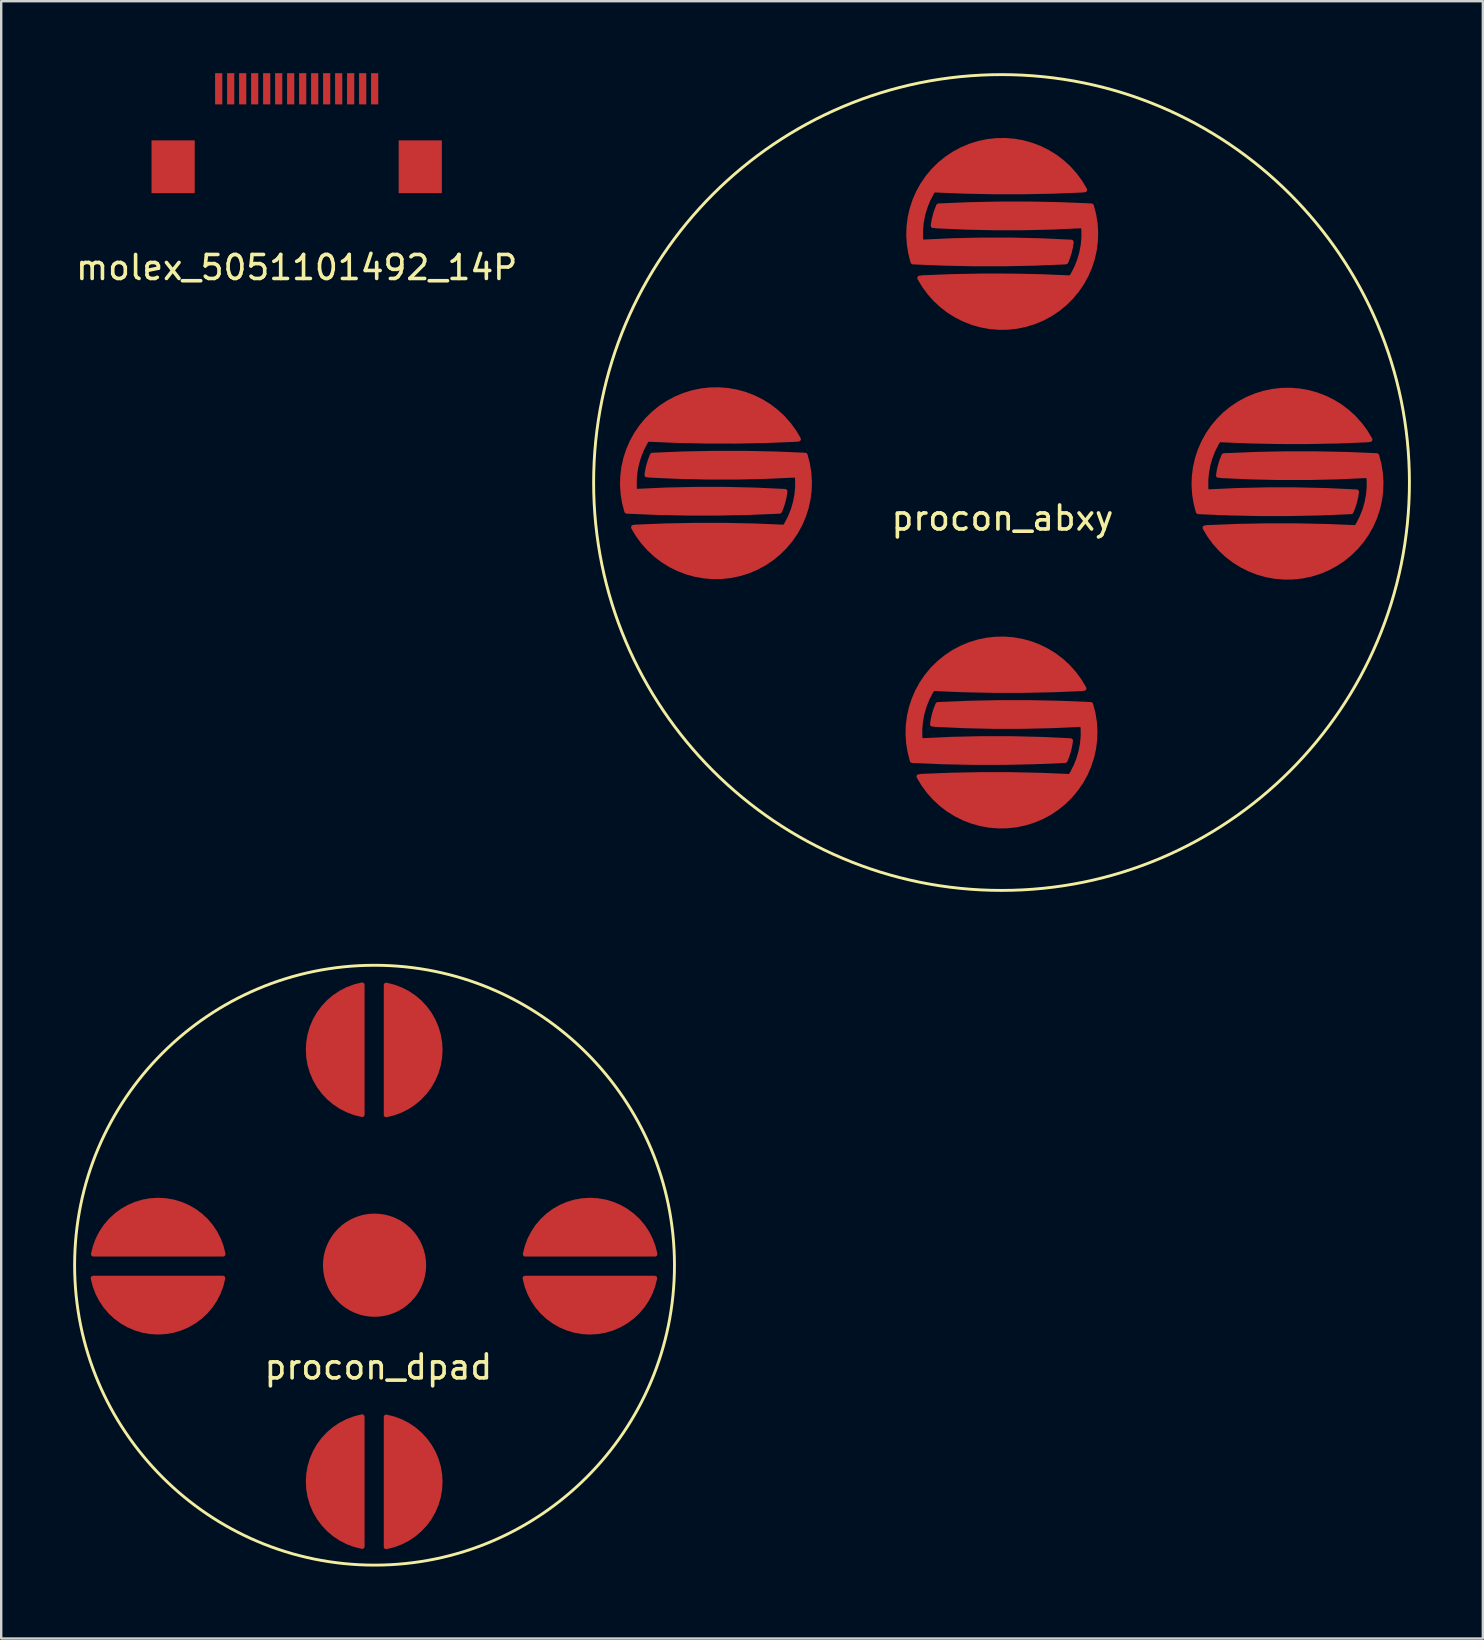
<source format=kicad_pcb>
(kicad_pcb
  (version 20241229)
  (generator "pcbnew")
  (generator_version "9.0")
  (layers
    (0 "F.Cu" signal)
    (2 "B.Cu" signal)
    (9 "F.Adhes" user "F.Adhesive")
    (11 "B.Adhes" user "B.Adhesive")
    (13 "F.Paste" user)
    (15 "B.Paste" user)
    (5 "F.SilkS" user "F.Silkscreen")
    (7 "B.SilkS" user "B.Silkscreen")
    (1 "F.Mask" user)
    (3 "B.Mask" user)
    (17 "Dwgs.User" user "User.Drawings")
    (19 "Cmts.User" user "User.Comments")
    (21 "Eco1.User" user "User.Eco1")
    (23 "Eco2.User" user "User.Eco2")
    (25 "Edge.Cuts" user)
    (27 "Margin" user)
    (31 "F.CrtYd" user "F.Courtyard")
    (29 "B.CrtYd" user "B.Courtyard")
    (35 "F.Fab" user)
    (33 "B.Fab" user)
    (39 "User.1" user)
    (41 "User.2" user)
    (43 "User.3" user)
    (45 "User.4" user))
  (footprint "procon_abxy"
    (layer "F.Cu")
    (at 38.691 17.06)
    (property "Reference" "procon_abxy" (at 0.04 1.48 0) (layer "F.SilkS") (effects (font (size 1 1) (thickness 0.15))))
    (attr smd exclude_from_pos_files exclude_from_bom)
    (fp_circle (center 0 0) (end 17 0) (stroke (width 0.12) (type solid)) (fill no) (layer "F.SilkS"))
    (pad "" smd circle (at -11.91 0.02) (size 8 8) (layers "F.Mask"))
    (pad "" smd circle (at 0.01 10.45) (size 8 8) (layers "F.Mask"))
    (pad "" smd circle (at 0.03 -10.36) (size 8 8) (layers "F.Mask"))
    (pad "" smd circle (at 11.93 0.04) (size 8 8) (layers "F.Mask"))
    (pad "A1" smd custom (at 11.79 -2.7 90) (size 1.524 1.524) (layers "F.Cu" "F.Mask" "F.Paste") (options (anchor circle)) (primitives (gr_arc (start -0.922404 3.500009) (mid -0.999506 0.3815) (end -0.918734 -2.736916) (width 0.2)) (gr_arc (start -3.088552 -3.254467) (mid -1.962877 -3.17939) (end -0.923738 -2.740106) (width 0.2)) (gr_arc (start -3.920226 2.752478) (mid -4.001145 -0.419724) (end -3.9187 -3.591887) (width 0.2)) (gr_arc (start -3.08652 -3.209513) (mid -2.998257 -0.100476) (end -3.089109 3.008487) (width 0.2)) (gr_arc (start -3.091754 3.008173) (mid -3.513627 2.925856) (end -3.9187 2.782087) (width 0.2)) (gr_poly (pts (xy -3.91 2.75) (xy -3.16 2.99) (xy -3.05 1.75) (xy -3.05 0) (xy -3.08 -2.22) (xy -3.1 -3.24) (xy -2.65 -3.28) (xy -1.91 -3.2) (xy -1.2 -2.93) (xy -0.94 -2.75) (xy -0.96 -2.14) (xy -1 -0.39) (xy -0.96 0.97) (xy -0.92 2.77) (xy -0.94 3.42) (xy -0.84 3.5) (xy 0.08 2.89) (xy 0.63 1.99) (xy 0.91 1.46) (xy 1.08 0.65) (xy 1.12 -0.17) (xy 0.79 -1.57) (xy 0.24 -2.28) (xy -0.45 -3.04) (xy -1.45 -3.55) (xy -2.36 -3.75) (xy -3.18 -3.77) (xy -3.77 -3.61) (xy -3.93 -3.61) (xy -3.95 -1.06)) (width 0.1) (fill yes)) (gr_arc (start -3.914194 -3.593301) (mid 0.848112 -1.378782) (end -0.912727 3.569258) (width 0.2))))
    (pad "A2" smd custom (at 11.87 2.82 90) (size 1.524 1.524) (layers "F.Cu" "F.Mask" "F.Paste") (options (anchor circle)) (primitives (gr_arc (start 3.94255 -2.57544) (mid 4.023469 0.596762) (end 3.941024 3.768925) (width 0.2)) (gr_arc (start 3.110877 3.431506) (mid 1.982315 3.355743) (end 0.941058 2.913955) (width 0.2)) (gr_poly (pts (xy 0.91 -3.32) (xy -0.03 -2.65) (xy -0.72 -1.6) (xy -1.12 -0.13) (xy -0.91 1.28) (xy -0.41 2.31) (xy 0.26 2.98) (xy 0.9 3.45) (xy 2.21 3.91) (xy 3.04 3.93) (xy 3.93 3.78) (xy 4 2.3) (xy 4.03 0.72) (xy 4 -0.9) (xy 3.96 -2.16) (xy 3.92 -2.56) (xy 3.18 -2.81) (xy 3.12 -2.29) (xy 3.07 -0.02) (xy 3.07 1.79) (xy 3.12 3.37) (xy 2.53 3.45) (xy 1.84 3.38) (xy 1.07 3.06) (xy 0.9 2.94) (xy 0.93 1.74) (xy 0.98 0.36) (xy 0.98 -0.69) (xy 0.96 -1.6)) (width 0.1) (fill yes)) (gr_arc (start 3.114078 -2.831135) (mid 3.535953 -2.748823) (end 3.941028 -2.605057) (width 0.2)) (gr_arc (start 3.936518 3.770339) (mid -0.825788 1.55582) (end 0.935051 -3.39222) (width 0.2)) (gr_arc (start 3.108844 3.38655) (mid 3.020582 0.324645) (end 3.10605 -2.737339) (width 0.2)) (gr_arc (start 0.944728 -3.32297) (mid 1.02183 -0.204461) (end 0.941058 2.913955) (width 0.2))))
    (pad "B1" smd custom (at -0.13 7.67 90) (size 1.524 1.524) (layers "F.Cu" "F.Mask" "F.Paste") (options (anchor circle)) (primitives (gr_arc (start -0.922404 3.500009) (mid -0.999506 0.3815) (end -0.918734 -2.736916) (width 0.2)) (gr_arc (start -3.088552 -3.254467) (mid -1.962877 -3.17939) (end -0.923738 -2.740106) (width 0.2)) (gr_arc (start -3.920226 2.752478) (mid -4.001145 -0.419724) (end -3.9187 -3.591887) (width 0.2)) (gr_arc (start -3.08652 -3.209513) (mid -2.998257 -0.100476) (end -3.089109 3.008487) (width 0.2)) (gr_arc (start -3.091754 3.008173) (mid -3.513627 2.925856) (end -3.9187 2.782087) (width 0.2)) (gr_poly (pts (xy -3.91 2.75) (xy -3.16 2.99) (xy -3.05 1.75) (xy -3.05 0) (xy -3.08 -2.22) (xy -3.1 -3.24) (xy -2.65 -3.28) (xy -1.91 -3.2) (xy -1.2 -2.93) (xy -0.94 -2.75) (xy -0.96 -2.14) (xy -1 -0.39) (xy -0.96 0.97) (xy -0.92 2.77) (xy -0.94 3.42) (xy -0.84 3.5) (xy 0.08 2.89) (xy 0.63 1.99) (xy 0.91 1.46) (xy 1.08 0.65) (xy 1.12 -0.17) (xy 0.79 -1.57) (xy 0.24 -2.28) (xy -0.45 -3.04) (xy -1.45 -3.55) (xy -2.36 -3.75) (xy -3.18 -3.77) (xy -3.77 -3.61) (xy -3.93 -3.61) (xy -3.95 -1.06)) (width 0.1) (fill yes)) (gr_arc (start -3.914194 -3.593301) (mid 0.848112 -1.378782) (end -0.912727 3.569258) (width 0.2))))
    (pad "B2" smd custom (at -0.05 13.19 90) (size 1.524 1.524) (layers "F.Cu" "F.Mask" "F.Paste") (options (anchor circle)) (primitives (gr_arc (start 3.94255 -2.57544) (mid 4.023469 0.596762) (end 3.941024 3.768925) (width 0.2)) (gr_arc (start 3.110877 3.431506) (mid 1.982315 3.355743) (end 0.941058 2.913955) (width 0.2)) (gr_poly (pts (xy 0.91 -3.32) (xy -0.03 -2.65) (xy -0.72 -1.6) (xy -1.12 -0.13) (xy -0.91 1.28) (xy -0.41 2.31) (xy 0.26 2.98) (xy 0.9 3.45) (xy 2.21 3.91) (xy 3.04 3.93) (xy 3.93 3.78) (xy 4 2.3) (xy 4.03 0.72) (xy 4 -0.9) (xy 3.96 -2.16) (xy 3.92 -2.56) (xy 3.18 -2.81) (xy 3.12 -2.29) (xy 3.07 -0.02) (xy 3.07 1.79) (xy 3.12 3.37) (xy 2.53 3.45) (xy 1.84 3.38) (xy 1.07 3.06) (xy 0.9 2.94) (xy 0.93 1.74) (xy 0.98 0.36) (xy 0.98 -0.69) (xy 0.96 -1.6)) (width 0.1) (fill yes)) (gr_arc (start 3.114078 -2.831135) (mid 3.535953 -2.748823) (end 3.941028 -2.605057) (width 0.2)) (gr_arc (start 3.936518 3.770339) (mid -0.825788 1.55582) (end 0.935051 -3.39222) (width 0.2)) (gr_arc (start 3.108844 3.38655) (mid 3.020582 0.324645) (end 3.10605 -2.737339) (width 0.2)) (gr_arc (start 0.944728 -3.32297) (mid 1.02183 -0.204461) (end 0.941058 2.913955) (width 0.2))))
    (pad "X1" smd custom (at -0.1 -13.11 90) (size 1.524 1.524) (layers "F.Cu" "F.Mask" "F.Paste") (options (anchor circle)) (primitives (gr_arc (start -0.922404 3.500009) (mid -0.999506 0.3815) (end -0.918734 -2.736916) (width 0.2)) (gr_arc (start -3.088552 -3.254467) (mid -1.962877 -3.17939) (end -0.923738 -2.740106) (width 0.2)) (gr_arc (start -3.920226 2.752478) (mid -4.001145 -0.419724) (end -3.9187 -3.591887) (width 0.2)) (gr_arc (start -3.08652 -3.209513) (mid -2.998257 -0.100476) (end -3.089109 3.008487) (width 0.2)) (gr_arc (start -3.091754 3.008173) (mid -3.513627 2.925856) (end -3.9187 2.782087) (width 0.2)) (gr_poly (pts (xy -3.91 2.75) (xy -3.16 2.99) (xy -3.05 1.75) (xy -3.05 0) (xy -3.08 -2.22) (xy -3.1 -3.24) (xy -2.65 -3.28) (xy -1.91 -3.2) (xy -1.2 -2.93) (xy -0.94 -2.75) (xy -0.96 -2.14) (xy -1 -0.39) (xy -0.96 0.97) (xy -0.92 2.77) (xy -0.94 3.42) (xy -0.84 3.5) (xy 0.08 2.89) (xy 0.63 1.99) (xy 0.91 1.46) (xy 1.08 0.65) (xy 1.12 -0.17) (xy 0.79 -1.57) (xy 0.24 -2.28) (xy -0.45 -3.04) (xy -1.45 -3.55) (xy -2.36 -3.75) (xy -3.18 -3.77) (xy -3.77 -3.61) (xy -3.93 -3.61) (xy -3.95 -1.06)) (width 0.1) (fill yes)) (gr_arc (start -3.914194 -3.593301) (mid 0.848112 -1.378782) (end -0.912727 3.569258) (width 0.2))))
    (pad "X2" smd custom (at -0.02 -7.59 90) (size 1.524 1.524) (layers "F.Cu" "F.Mask" "F.Paste") (options (anchor circle)) (primitives (gr_arc (start 3.94255 -2.57544) (mid 4.023469 0.596762) (end 3.941024 3.768925) (width 0.2)) (gr_arc (start 3.110877 3.431506) (mid 1.982315 3.355743) (end 0.941058 2.913955) (width 0.2)) (gr_poly (pts (xy 0.91 -3.32) (xy -0.03 -2.65) (xy -0.72 -1.6) (xy -1.12 -0.13) (xy -0.91 1.28) (xy -0.41 2.31) (xy 0.26 2.98) (xy 0.9 3.45) (xy 2.21 3.91) (xy 3.04 3.93) (xy 3.93 3.78) (xy 4 2.3) (xy 4.03 0.72) (xy 4 -0.9) (xy 3.96 -2.16) (xy 3.92 -2.56) (xy 3.18 -2.81) (xy 3.12 -2.29) (xy 3.07 -0.02) (xy 3.07 1.79) (xy 3.12 3.37) (xy 2.53 3.45) (xy 1.84 3.38) (xy 1.07 3.06) (xy 0.9 2.94) (xy 0.93 1.74) (xy 0.98 0.36) (xy 0.98 -0.69) (xy 0.96 -1.6)) (width 0.1) (fill yes)) (gr_arc (start 3.114078 -2.831135) (mid 3.535953 -2.748823) (end 3.941028 -2.605057) (width 0.2)) (gr_arc (start 3.936518 3.770339) (mid -0.825788 1.55582) (end 0.935051 -3.39222) (width 0.2)) (gr_arc (start 3.108844 3.38655) (mid 3.020582 0.324645) (end 3.10605 -2.737339) (width 0.2)) (gr_arc (start 0.944728 -3.32297) (mid 1.02183 -0.204461) (end 0.941058 2.913955) (width 0.2))))
    (pad "Y1" smd custom (at -12.03 -2.72 90) (size 1.524 1.524) (layers "F.Cu" "F.Mask" "F.Paste") (options (anchor circle)) (primitives (gr_arc (start -0.922404 3.500009) (mid -0.999506 0.3815) (end -0.918734 -2.736916) (width 0.2)) (gr_arc (start -3.088552 -3.254467) (mid -1.962877 -3.17939) (end -0.923738 -2.740106) (width 0.2)) (gr_arc (start -3.920226 2.752478) (mid -4.001145 -0.419724) (end -3.9187 -3.591887) (width 0.2)) (gr_arc (start -3.08652 -3.209513) (mid -2.998257 -0.100476) (end -3.089109 3.008487) (width 0.2)) (gr_arc (start -3.091754 3.008173) (mid -3.513627 2.925856) (end -3.9187 2.782087) (width 0.2)) (gr_poly (pts (xy -3.91 2.75) (xy -3.16 2.99) (xy -3.05 1.75) (xy -3.05 0) (xy -3.08 -2.22) (xy -3.1 -3.24) (xy -2.65 -3.28) (xy -1.91 -3.2) (xy -1.2 -2.93) (xy -0.94 -2.75) (xy -0.96 -2.14) (xy -1 -0.39) (xy -0.96 0.97) (xy -0.92 2.77) (xy -0.94 3.42) (xy -0.84 3.5) (xy 0.08 2.89) (xy 0.63 1.99) (xy 0.91 1.46) (xy 1.08 0.65) (xy 1.12 -0.17) (xy 0.79 -1.57) (xy 0.24 -2.28) (xy -0.45 -3.04) (xy -1.45 -3.55) (xy -2.36 -3.75) (xy -3.18 -3.77) (xy -3.77 -3.61) (xy -3.93 -3.61) (xy -3.95 -1.06)) (width 0.1) (fill yes)) (gr_arc (start -3.914194 -3.593301) (mid 0.848112 -1.378782) (end -0.912727 3.569258) (width 0.2))))
    (pad "Y2" smd custom (at -11.95 2.8 90) (size 1.524 1.524) (layers "F.Cu" "F.Mask" "F.Paste") (options (anchor circle)) (primitives (gr_arc (start 3.94255 -2.57544) (mid 4.023469 0.596762) (end 3.941024 3.768925) (width 0.2)) (gr_arc (start 3.110877 3.431506) (mid 1.982315 3.355743) (end 0.941058 2.913955) (width 0.2)) (gr_poly (pts (xy 0.91 -3.32) (xy -0.03 -2.65) (xy -0.72 -1.6) (xy -1.12 -0.13) (xy -0.91 1.28) (xy -0.41 2.31) (xy 0.26 2.98) (xy 0.9 3.45) (xy 2.21 3.91) (xy 3.04 3.93) (xy 3.93 3.78) (xy 4 2.3) (xy 4.03 0.72) (xy 4 -0.9) (xy 3.96 -2.16) (xy 3.92 -2.56) (xy 3.18 -2.81) (xy 3.12 -2.29) (xy 3.07 -0.02) (xy 3.07 1.79) (xy 3.12 3.37) (xy 2.53 3.45) (xy 1.84 3.38) (xy 1.07 3.06) (xy 0.9 2.94) (xy 0.93 1.74) (xy 0.98 0.36) (xy 0.98 -0.69) (xy 0.96 -1.6)) (width 0.1) (fill yes)) (gr_arc (start 3.114078 -2.831135) (mid 3.535953 -2.748823) (end 3.941028 -2.605057) (width 0.2)) (gr_arc (start 3.936518 3.770339) (mid -0.825788 1.55582) (end 0.935051 -3.39222) (width 0.2)) (gr_arc (start 3.108844 3.38655) (mid 3.020582 0.324645) (end 3.10605 -2.737339) (width 0.2)) (gr_arc (start 0.944728 -3.32297) (mid 1.02183 -0.204461) (end 0.941058 2.913955) (width 0.2)))))
  (footprint "molex_5051101492_14P"
    (layer "F.Cu")
    (at 9.315 3.9)
    (property "Reference" "molex_5051101492_14P" (at 0 4.2 0) (layer "F.SilkS") (effects (font (size 1 1) (thickness 0.15))))
    (attr smd allow_soldermask_bridges)
    (pad "1" smd rect (at -3.25 -3.25) (size 0.3 1.3) (layers "F.Cu" "F.Mask" "F.Paste"))
    (pad "2" smd rect (at -2.75 -3.25) (size 0.3 1.3) (layers "F.Cu" "F.Mask" "F.Paste"))
    (pad "3" smd rect (at -2.25 -3.25) (size 0.3 1.3) (layers "F.Cu" "F.Mask" "F.Paste"))
    (pad "4" smd rect (at -1.75 -3.25) (size 0.3 1.3) (layers "F.Cu" "F.Mask" "F.Paste"))
    (pad "5" smd rect (at -1.25 -3.25) (size 0.3 1.3) (layers "F.Cu" "F.Mask" "F.Paste"))
    (pad "6" smd rect (at -0.75 -3.25) (size 0.3 1.3) (layers "F.Cu" "F.Mask" "F.Paste"))
    (pad "7" smd rect (at -0.25 -3.25) (size 0.3 1.3) (layers "F.Cu" "F.Mask" "F.Paste"))
    (pad "8" smd rect (at 0.25 -3.25) (size 0.3 1.3) (layers "F.Cu" "F.Mask" "F.Paste"))
    (pad "9" smd rect (at 0.75 -3.25) (size 0.3 1.3) (layers "F.Cu" "F.Mask" "F.Paste"))
    (pad "10" smd rect (at 1.25 -3.25) (size 0.3 1.3) (layers "F.Cu" "F.Mask" "F.Paste"))
    (pad "11" smd rect (at 1.75 -3.25) (size 0.3 1.3) (layers "F.Cu" "F.Mask" "F.Paste"))
    (pad "12" smd rect (at 2.25 -3.25) (size 0.3 1.3) (layers "F.Cu" "F.Mask" "F.Paste"))
    (pad "13" smd rect (at 2.75 -3.25) (size 0.3 1.3) (layers "F.Cu" "F.Mask" "F.Paste"))
    (pad "14" smd rect (at 3.25 -3.25) (size 0.3 1.3) (layers "F.Cu" "F.Mask" "F.Paste"))
    (pad "S1" smd rect (at -5.15 0) (size 1.8 2.2) (layers "F.Cu" "F.Mask" "F.Paste"))
    (pad "S1" smd rect (at 5.15 0) (size 1.8 2.2) (layers "F.Cu" "F.Mask" "F.Paste")))
  (footprint "procon_dpad"
    (layer "F.Cu")
    (at 12.56 49.68)
    (property "Reference" "procon_dpad" (at 0.16 4.24 0) (layer "F.SilkS") (effects (font (size 1 1) (thickness 0.15))))
    (attr smd exclude_from_pos_files exclude_from_bom)
    (fp_circle (center 0 0) (end 12.5 0) (stroke (width 0.12) (type solid)) (fill no) (layer "F.SilkS"))
    (pad "" smd circle (at -9.02 0.03) (size 5.7 5.7) (layers "F.Mask"))
    (pad "" smd circle (at -0.03 9.03) (size 5.7 5.7) (layers "F.Mask"))
    (pad "" smd circle (at 0 -8.98) (size 5.7 5.7) (layers "F.Mask"))
    (pad "" smd circle (at 0 0 180) (size 4.3 4.3) (layers "F.Cu"))
    (pad "" smd circle (at 8.98 0.03) (size 5.7 5.7) (layers "F.Mask"))
    (pad "D1" smd custom (at -1.515 9.02 90) (size 1.524 1.524) (layers "F.Cu" "F.Mask" "F.Paste") (options (anchor circle)) (primitives (gr_arc (start -2.703585 0.997763) (mid -0.001262 -1.249839) (end 2.703123 0.995282) (width 0.2)) (gr_line (start -2.704 1) (end 2.704 1) (width 0.2)) (gr_poly (pts (xy -2.704 1) (xy 2.704 1) (xy 1.678 -0.678) (xy 0 -1.25) (xy -1.678 -0.678)) (width 0.2) (fill yes))))
    (pad "D2" smd custom (at 1.485 9.03 270) (size 1.524 1.524) (layers "F.Cu" "F.Mask" "F.Paste") (options (anchor circle)) (primitives (gr_arc (start -2.703585 0.997763) (mid -0.001262 -1.249839) (end 2.703123 0.995282) (width 0.2)) (gr_line (start -2.704 1) (end 2.704 1) (width 0.2)) (gr_poly (pts (xy -2.704 1) (xy 2.704 1) (xy 1.678 -0.678) (xy 0 -1.25) (xy -1.678 -0.678)) (width 0.2) (fill yes))))
    (pad "L1" smd custom (at -9.015 -1.46) (size 1.524 1.524) (layers "F.Cu" "F.Mask" "F.Paste") (options (anchor circle)) (primitives (gr_arc (start -2.703585 0.997763) (mid -0.001262 -1.249839) (end 2.703123 0.995282) (width 0.2)) (gr_line (start -2.704 1) (end 2.704 1) (width 0.2)) (gr_poly (pts (xy -2.704 1) (xy 2.704 1) (xy 1.678 -0.678) (xy 0 -1.25) (xy -1.678 -0.678)) (width 0.2) (fill yes))))
    (pad "L2" smd custom (at -9.025 1.54 180) (size 1.524 1.524) (layers "F.Cu" "F.Mask" "F.Paste") (options (anchor circle)) (primitives (gr_arc (start -2.703585 0.997763) (mid -0.001262 -1.249839) (end 2.703123 0.995282) (width 0.2)) (gr_line (start -2.704 1) (end 2.704 1) (width 0.2)) (gr_poly (pts (xy -2.704 1) (xy 2.704 1) (xy 1.678 -0.678) (xy 0 -1.25) (xy -1.678 -0.678)) (width 0.2) (fill yes))))
    (pad "R1" smd custom (at 8.985 -1.46) (size 1.524 1.524) (layers "F.Cu" "F.Mask" "F.Paste") (options (anchor circle)) (primitives (gr_arc (start -2.703585 0.997763) (mid -0.001262 -1.249839) (end 2.703123 0.995282) (width 0.2)) (gr_line (start -2.704 1) (end 2.704 1) (width 0.2)) (gr_poly (pts (xy -2.704 1) (xy 2.704 1) (xy 1.678 -0.678) (xy 0 -1.25) (xy -1.678 -0.678)) (width 0.2) (fill yes))))
    (pad "R2" smd custom (at 8.975 1.54 180) (size 1.524 1.524) (layers "F.Cu" "F.Mask" "F.Paste") (options (anchor circle)) (primitives (gr_arc (start -2.703585 0.997763) (mid -0.001262 -1.249839) (end 2.703123 0.995282) (width 0.2)) (gr_line (start -2.704 1) (end 2.704 1) (width 0.2)) (gr_poly (pts (xy -2.704 1) (xy 2.704 1) (xy 1.678 -0.678) (xy 0 -1.25) (xy -1.678 -0.678)) (width 0.2) (fill yes))))
    (pad "U1" smd custom (at -1.515 -8.98 90) (size 1.524 1.524) (layers "F.Cu" "F.Mask" "F.Paste") (options (anchor circle)) (primitives (gr_arc (start -2.703585 0.997763) (mid -0.001262 -1.249839) (end 2.703123 0.995282) (width 0.2)) (gr_line (start -2.704 1) (end 2.704 1) (width 0.2)) (gr_poly (pts (xy -2.704 1) (xy 2.704 1) (xy 1.678 -0.678) (xy 0 -1.25) (xy -1.678 -0.678)) (width 0.2) (fill yes))))
    (pad "U2" smd custom (at 1.485 -8.97 270) (size 1.524 1.524) (layers "F.Cu" "F.Mask" "F.Paste") (options (anchor circle)) (primitives (gr_arc (start -2.703585 0.997763) (mid -0.001262 -1.249839) (end 2.703123 0.995282) (width 0.2)) (gr_line (start -2.704 1) (end 2.704 1) (width 0.2)) (gr_poly (pts (xy -2.704 1) (xy 2.704 1) (xy 1.678 -0.678) (xy 0 -1.25) (xy -1.678 -0.678)) (width 0.2) (fill yes)))))
  (gr_rect
    (start -3 -3)
    (end 58.751 65.24)
    (stroke (width 0.1) (type default))
    (fill no)
    (layer "Edge.Cuts")))
</source>
